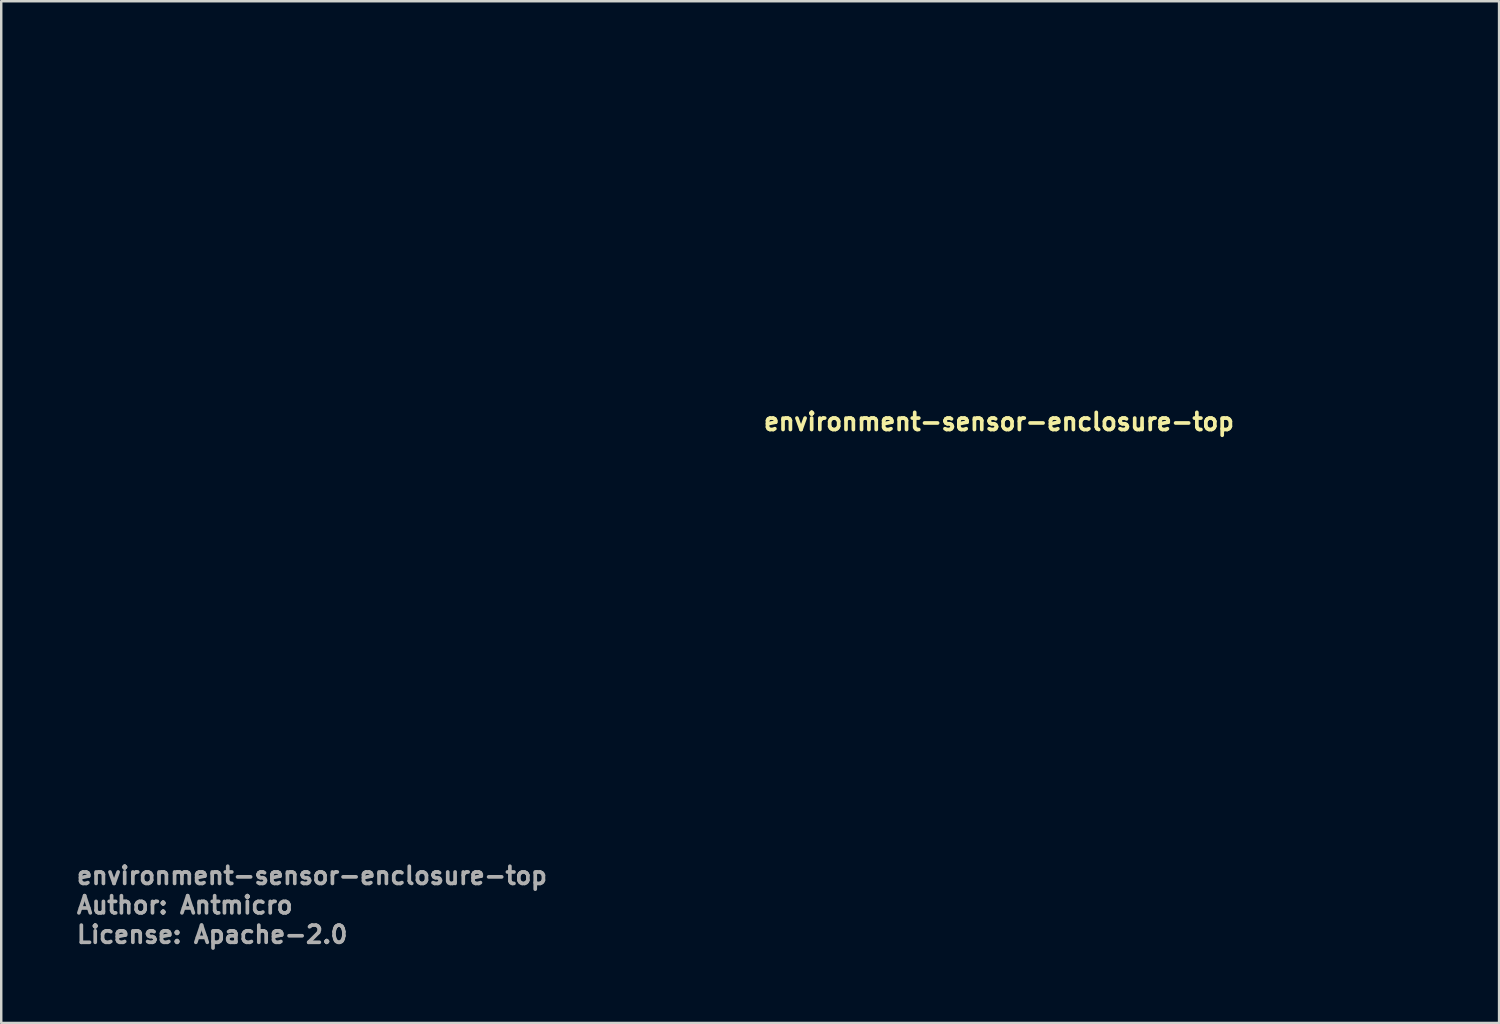
<source format=kicad_pcb>
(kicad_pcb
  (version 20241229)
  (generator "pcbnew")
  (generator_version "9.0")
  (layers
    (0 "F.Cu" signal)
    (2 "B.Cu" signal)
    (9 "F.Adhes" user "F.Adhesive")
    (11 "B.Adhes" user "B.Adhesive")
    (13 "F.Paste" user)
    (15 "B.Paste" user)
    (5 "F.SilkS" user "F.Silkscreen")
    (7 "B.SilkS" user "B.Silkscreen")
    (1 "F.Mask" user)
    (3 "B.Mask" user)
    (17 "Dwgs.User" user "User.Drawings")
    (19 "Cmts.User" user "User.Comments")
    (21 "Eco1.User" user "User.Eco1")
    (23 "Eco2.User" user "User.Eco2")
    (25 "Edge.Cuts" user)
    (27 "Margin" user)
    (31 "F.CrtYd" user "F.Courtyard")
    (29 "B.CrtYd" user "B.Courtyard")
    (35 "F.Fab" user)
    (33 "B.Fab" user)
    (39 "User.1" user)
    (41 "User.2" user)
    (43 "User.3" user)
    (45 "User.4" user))
  (footprint "environment-sensor-enclosure-top"
    (layer "F.Cu")
    (at 28 15.05)
    (property "Reference" "environment-sensor-enclosure-top" (at 0 -0.5 0) (unlocked yes) (layer "F.SilkS") (effects (font (size 0.7 0.7) (thickness 0.15)) (justify left bottom)))
    (attr smd)
    (fp_line (start -27 13) (end -27 -13) (stroke (width 0.1) (type solid)) (layer "User.9"))
    (fp_line (start -25 -15) (end 14.85 -15) (stroke (width 0.1) (type solid)) (layer "User.9"))
    (fp_line (start 14.85 -5) (end 14.85 -15) (stroke (width 0.1) (type solid)) (layer "User.9"))
    (fp_line (start 25 15) (end -25 15) (stroke (width 0.1) (type solid)) (layer "User.9"))
    (fp_line (start 27 -5) (end 14.85 -5) (stroke (width 0.1) (type solid)) (layer "User.9"))
    (fp_line (start 27 -5) (end 27 13) (stroke (width 0.1) (type solid)) (layer "User.9"))
    (fp_arc (start -27 -13) (mid -26.414214 -14.414214) (end -25 -15) (stroke (width 0.1) (type default)) (layer "User.9"))
    (fp_arc (start -25 15) (mid -26.414214 14.414214) (end -27 13) (stroke (width 0.1) (type default)) (layer "User.9"))
    (fp_arc (start 27 13) (mid 26.414214 14.414214) (end 25 15) (stroke (width 0.1) (type default)) (layer "User.9"))
    (fp_circle (center -21.45 -9.7) (end -20.1 -9.7) (stroke (width 0.1) (type default)) (fill no) (layer "User.9"))
    (fp_circle (center -21.45 -9.7) (end -18.951 -9.7) (stroke (width 0.1) (type default)) (fill no) (layer "User.9"))
    (fp_circle (center -21.3 9.55) (end -19.95 9.55) (stroke (width 0.1) (type default)) (fill no) (layer "User.9"))
    (fp_circle (center -21.3 9.55) (end -18.801 9.55) (stroke (width 0.1) (type default)) (fill no) (layer "User.9"))
    (fp_circle (center 21.4 9.65) (end 22.75 9.65) (stroke (width 0.1) (type default)) (fill no) (layer "User.9"))
    (fp_circle (center 21.4 9.65) (end 23.899 9.65) (stroke (width 0.1) (type default)) (fill no) (layer "User.9"))
    (fp_text user "${REFERENCE}" (at -28 18 0) (unlocked yes) (layer "F.Fab") (effects (font (size 0.7 0.7) (thickness 0.15)) (justify left bottom)))
    (fp_text user "Author: Antmicro" (at -28 19.2 0) (layer "F.Fab") (effects (font (size 0.7 0.7) (thickness 0.15)) (justify left bottom)))
    (fp_text user "License: Apache-2.0" (at -28 20.4 0) (layer "F.Fab") (effects (font (size 0.7 0.7) (thickness 0.15)) (justify left bottom))))
  (gr_rect
    (start -3 -3)
    (end 58.05 38.645)
    (stroke (width 0.1) (type default))
    (fill no)
    (layer "Edge.Cuts")))
</source>
